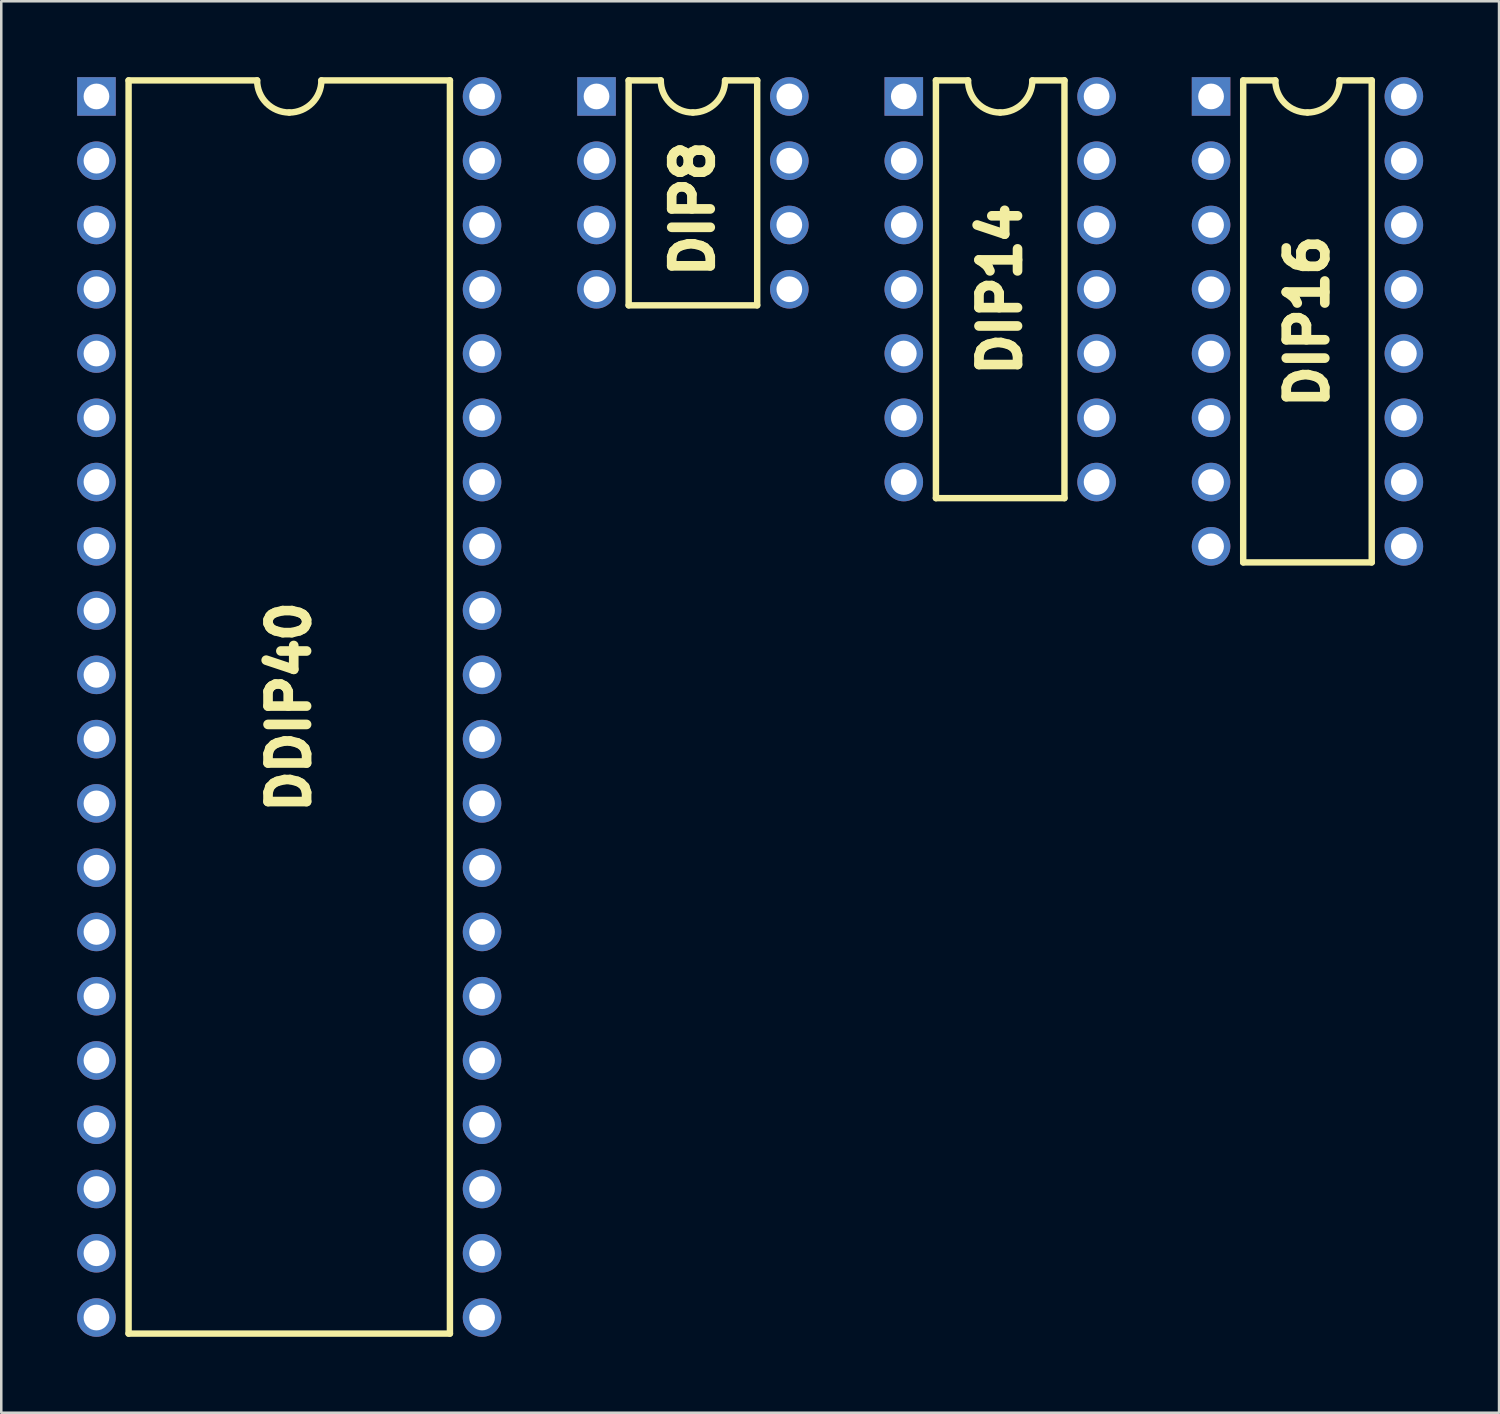
<source format=kicad_pcb>
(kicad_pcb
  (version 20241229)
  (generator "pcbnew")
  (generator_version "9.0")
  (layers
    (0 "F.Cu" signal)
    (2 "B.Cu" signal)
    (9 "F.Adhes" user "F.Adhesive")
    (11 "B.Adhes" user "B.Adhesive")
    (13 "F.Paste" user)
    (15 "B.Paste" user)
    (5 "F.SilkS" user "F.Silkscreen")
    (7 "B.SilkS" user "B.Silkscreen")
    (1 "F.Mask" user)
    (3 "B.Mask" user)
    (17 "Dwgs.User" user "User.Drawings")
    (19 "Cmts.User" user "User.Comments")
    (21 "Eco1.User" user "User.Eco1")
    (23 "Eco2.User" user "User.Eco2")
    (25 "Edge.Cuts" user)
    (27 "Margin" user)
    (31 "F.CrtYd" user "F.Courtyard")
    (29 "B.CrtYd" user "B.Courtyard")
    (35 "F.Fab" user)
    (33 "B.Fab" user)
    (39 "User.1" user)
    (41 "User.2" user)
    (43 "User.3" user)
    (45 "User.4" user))
  (footprint "DIP14"
    (layer "F.Cu")
    (at 36.48 8.382)
    (property "Reference" "DIP14" (at 0 0 90) (unlocked yes) (layer "F.SilkS") (effects (font (size 1.524 1.524) (thickness 0.381))))
    (attr through_hole)
    (fp_line (start -2.54 -8.255) (end -2.54 8.255) (stroke (width 0.254) (type solid)) (layer "F.SilkS"))
    (fp_line (start -2.54 -8.255) (end -1.27 -8.255) (stroke (width 0.254) (type solid)) (layer "F.SilkS"))
    (fp_line (start -2.54 8.255) (end 2.54 8.255) (stroke (width 0.254) (type solid)) (layer "F.SilkS"))
    (fp_line (start 2.54 -8.255) (end 1.27 -8.255) (stroke (width 0.254) (type solid)) (layer "F.SilkS"))
    (fp_line (start 2.54 8.255) (end 2.54 -8.255) (stroke (width 0.254) (type solid)) (layer "F.SilkS"))
    (fp_arc (start 0 -6.985) (mid -0.898026 -7.356974) (end -1.27 -8.255) (stroke (width 0.254) (type solid)) (layer "F.SilkS"))
    (fp_arc (start 1.27 -8.255) (mid 0.898026 -7.356974) (end 0 -6.985) (stroke (width 0.254) (type solid)) (layer "F.SilkS"))
    (pad "1" thru_hole rect (at -3.81 -7.62) (size 1.524 1.524) (drill 1.016) (layers "*.Cu" "*.Mask"))
    (pad "2" thru_hole circle (at -3.81 -5.08) (size 1.524 1.524) (drill 1.016) (layers "*.Cu" "*.Mask"))
    (pad "3" thru_hole circle (at -3.81 -2.54) (size 1.524 1.524) (drill 1.016) (layers "*.Cu" "*.Mask"))
    (pad "4" thru_hole circle (at -3.81 0) (size 1.524 1.524) (drill 1.016) (layers "*.Cu" "*.Mask"))
    (pad "5" thru_hole circle (at -3.81 2.54) (size 1.524 1.524) (drill 1.016) (layers "*.Cu" "*.Mask"))
    (pad "6" thru_hole circle (at -3.81 5.08) (size 1.524 1.524) (drill 1.016) (layers "*.Cu" "*.Mask"))
    (pad "7" thru_hole circle (at -3.81 7.62) (size 1.524 1.524) (drill 1.016) (layers "*.Cu" "*.Mask"))
    (pad "8" thru_hole circle (at 3.81 7.62) (size 1.524 1.524) (drill 1.016) (layers "*.Cu" "*.Mask"))
    (pad "9" thru_hole circle (at 3.81 5.08) (size 1.524 1.524) (drill 1.016) (layers "*.Cu" "*.Mask"))
    (pad "10" thru_hole circle (at 3.81 2.54) (size 1.524 1.524) (drill 1.016) (layers "*.Cu" "*.Mask"))
    (pad "11" thru_hole circle (at 3.81 0) (size 1.524 1.524) (drill 1.016) (layers "*.Cu" "*.Mask"))
    (pad "12" thru_hole circle (at 3.81 -2.54) (size 1.524 1.524) (drill 1.016) (layers "*.Cu" "*.Mask"))
    (pad "13" thru_hole circle (at 3.81 -5.08) (size 1.524 1.524) (drill 1.016) (layers "*.Cu" "*.Mask"))
    (pad "14" thru_hole circle (at 3.81 -7.62) (size 1.524 1.524) (drill 1.016) (layers "*.Cu" "*.Mask")))
  (footprint "DDIP40"
    (layer "F.Cu")
    (at 8.382 24.892)
    (property "Reference" "DDIP40" (at 0 0 90) (unlocked yes) (layer "F.SilkS") (effects (font (size 1.524 1.524) (thickness 0.381))))
    (attr through_hole)
    (fp_line (start -6.35 -24.765) (end -1.27 -24.765) (stroke (width 0.254) (type solid)) (layer "F.SilkS"))
    (fp_line (start -6.35 24.765) (end -6.35 -24.765) (stroke (width 0.254) (type solid)) (layer "F.SilkS"))
    (fp_line (start 1.27 -24.765) (end 6.35 -24.765) (stroke (width 0.254) (type solid)) (layer "F.SilkS"))
    (fp_line (start 6.35 -24.765) (end 6.35 24.765) (stroke (width 0.254) (type solid)) (layer "F.SilkS"))
    (fp_line (start 6.35 24.765) (end -6.35 24.765) (stroke (width 0.254) (type solid)) (layer "F.SilkS"))
    (fp_arc (start 0 -23.495) (mid -0.898026 -23.866974) (end -1.27 -24.765) (stroke (width 0.254) (type solid)) (layer "F.SilkS"))
    (fp_arc (start 1.27 -24.765) (mid 0.898026 -23.866974) (end 0 -23.495) (stroke (width 0.254) (type solid)) (layer "F.SilkS"))
    (pad "1" thru_hole rect (at -7.62 -24.13) (size 1.524 1.524) (drill 1.016) (layers "*.Cu" "*.Mask"))
    (pad "2" thru_hole circle (at -7.62 -21.59) (size 1.524 1.524) (drill 1.016) (layers "*.Cu" "*.Mask"))
    (pad "3" thru_hole circle (at -7.62 -19.05) (size 1.524 1.524) (drill 1.016) (layers "*.Cu" "*.Mask"))
    (pad "4" thru_hole circle (at -7.62 -16.51) (size 1.524 1.524) (drill 1.016) (layers "*.Cu" "*.Mask"))
    (pad "5" thru_hole circle (at -7.62 -13.97) (size 1.524 1.524) (drill 1.016) (layers "*.Cu" "*.Mask"))
    (pad "6" thru_hole circle (at -7.62 -11.43) (size 1.524 1.524) (drill 1.016) (layers "*.Cu" "*.Mask"))
    (pad "7" thru_hole circle (at -7.62 -8.89) (size 1.524 1.524) (drill 1.016) (layers "*.Cu" "*.Mask"))
    (pad "8" thru_hole circle (at -7.62 -6.35) (size 1.524 1.524) (drill 1.016) (layers "*.Cu" "*.Mask"))
    (pad "9" thru_hole circle (at -7.62 -3.81) (size 1.524 1.524) (drill 1.016) (layers "*.Cu" "*.Mask"))
    (pad "10" thru_hole circle (at -7.62 -1.27) (size 1.524 1.524) (drill 1.016) (layers "*.Cu" "*.Mask"))
    (pad "11" thru_hole circle (at -7.62 1.27) (size 1.524 1.524) (drill 1.016) (layers "*.Cu" "*.Mask"))
    (pad "12" thru_hole circle (at -7.62 3.81) (size 1.524 1.524) (drill 1.016) (layers "*.Cu" "*.Mask"))
    (pad "13" thru_hole circle (at -7.62 6.35) (size 1.524 1.524) (drill 1.016) (layers "*.Cu" "*.Mask"))
    (pad "14" thru_hole circle (at -7.62 8.89) (size 1.524 1.524) (drill 1.016) (layers "*.Cu" "*.Mask"))
    (pad "15" thru_hole circle (at -7.62 11.43) (size 1.524 1.524) (drill 1.016) (layers "*.Cu" "*.Mask"))
    (pad "16" thru_hole circle (at -7.62 13.97) (size 1.524 1.524) (drill 1.016) (layers "*.Cu" "*.Mask"))
    (pad "17" thru_hole circle (at -7.62 16.51) (size 1.524 1.524) (drill 1.016) (layers "*.Cu" "*.Mask"))
    (pad "18" thru_hole circle (at -7.62 19.05) (size 1.524 1.524) (drill 1.016) (layers "*.Cu" "*.Mask"))
    (pad "19" thru_hole circle (at -7.62 21.59) (size 1.524 1.524) (drill 1.016) (layers "*.Cu" "*.Mask"))
    (pad "20" thru_hole circle (at -7.62 24.13) (size 1.524 1.524) (drill 1.016) (layers "*.Cu" "*.Mask"))
    (pad "21" thru_hole circle (at 7.62 24.13) (size 1.524 1.524) (drill 1.016) (layers "*.Cu" "*.Mask"))
    (pad "22" thru_hole circle (at 7.62 21.59) (size 1.524 1.524) (drill 1.016) (layers "*.Cu" "*.Mask"))
    (pad "23" thru_hole circle (at 7.62 19.05) (size 1.524 1.524) (drill 1.016) (layers "*.Cu" "*.Mask"))
    (pad "24" thru_hole circle (at 7.62 16.51) (size 1.524 1.524) (drill 1.016) (layers "*.Cu" "*.Mask"))
    (pad "25" thru_hole circle (at 7.62 13.97) (size 1.524 1.524) (drill 1.016) (layers "*.Cu" "*.Mask"))
    (pad "26" thru_hole circle (at 7.62 11.43) (size 1.524 1.524) (drill 1.016) (layers "*.Cu" "*.Mask"))
    (pad "27" thru_hole circle (at 7.62 8.89) (size 1.524 1.524) (drill 1.016) (layers "*.Cu" "*.Mask"))
    (pad "28" thru_hole circle (at 7.62 6.35) (size 1.524 1.524) (drill 1.016) (layers "*.Cu" "*.Mask"))
    (pad "29" thru_hole circle (at 7.62 3.81) (size 1.524 1.524) (drill 1.016) (layers "*.Cu" "*.Mask"))
    (pad "30" thru_hole circle (at 7.62 1.27) (size 1.524 1.524) (drill 1.016) (layers "*.Cu" "*.Mask"))
    (pad "31" thru_hole circle (at 7.62 -1.27) (size 1.524 1.524) (drill 1.016) (layers "*.Cu" "*.Mask"))
    (pad "32" thru_hole circle (at 7.62 -3.81) (size 1.524 1.524) (drill 1.016) (layers "*.Cu" "*.Mask"))
    (pad "33" thru_hole circle (at 7.62 -6.35) (size 1.524 1.524) (drill 1.016) (layers "*.Cu" "*.Mask"))
    (pad "34" thru_hole circle (at 7.62 -8.89) (size 1.524 1.524) (drill 1.016) (layers "*.Cu" "*.Mask"))
    (pad "35" thru_hole circle (at 7.62 -11.43) (size 1.524 1.524) (drill 1.016) (layers "*.Cu" "*.Mask"))
    (pad "36" thru_hole circle (at 7.62 -13.97) (size 1.524 1.524) (drill 1.016) (layers "*.Cu" "*.Mask"))
    (pad "37" thru_hole circle (at 7.62 -16.51) (size 1.524 1.524) (drill 1.016) (layers "*.Cu" "*.Mask"))
    (pad "38" thru_hole circle (at 7.62 -19.05) (size 1.524 1.524) (drill 1.016) (layers "*.Cu" "*.Mask"))
    (pad "39" thru_hole circle (at 7.62 -21.59) (size 1.524 1.524) (drill 1.016) (layers "*.Cu" "*.Mask"))
    (pad "40" thru_hole circle (at 7.62 -24.13) (size 1.524 1.524) (drill 1.016) (layers "*.Cu" "*.Mask")))
  (footprint "DIP16"
    (layer "F.Cu")
    (at 48.624 9.652)
    (property "Reference" "DIP16" (at 0 0 90) (unlocked yes) (layer "F.SilkS") (effects (font (size 1.524 1.524) (thickness 0.381))))
    (attr through_hole)
    (fp_line (start -2.54 -9.525) (end -2.54 9.525) (stroke (width 0.254) (type solid)) (layer "F.SilkS"))
    (fp_line (start -2.54 -9.525) (end -1.27 -9.525) (stroke (width 0.254) (type solid)) (layer "F.SilkS"))
    (fp_line (start -2.54 9.525) (end 2.54 9.525) (stroke (width 0.254) (type solid)) (layer "F.SilkS"))
    (fp_line (start 2.54 -9.525) (end 1.27 -9.525) (stroke (width 0.254) (type solid)) (layer "F.SilkS"))
    (fp_line (start 2.54 9.525) (end 2.54 -9.525) (stroke (width 0.254) (type solid)) (layer "F.SilkS"))
    (fp_arc (start 0 -8.255) (mid -0.898026 -8.626974) (end -1.27 -9.525) (stroke (width 0.254) (type solid)) (layer "F.SilkS"))
    (fp_arc (start 1.27 -9.525) (mid 0.898026 -8.626974) (end 0 -8.255) (stroke (width 0.254) (type solid)) (layer "F.SilkS"))
    (pad "1" thru_hole rect (at -3.81 -8.89) (size 1.524 1.524) (drill 1.016) (layers "*.Cu" "*.Mask"))
    (pad "2" thru_hole circle (at -3.81 -6.35) (size 1.524 1.524) (drill 1.016) (layers "*.Cu" "*.Mask"))
    (pad "3" thru_hole circle (at -3.81 -3.81) (size 1.524 1.524) (drill 1.016) (layers "*.Cu" "*.Mask"))
    (pad "4" thru_hole circle (at -3.81 -1.27) (size 1.524 1.524) (drill 1.016) (layers "*.Cu" "*.Mask"))
    (pad "5" thru_hole circle (at -3.81 1.27) (size 1.524 1.524) (drill 1.016) (layers "*.Cu" "*.Mask"))
    (pad "6" thru_hole circle (at -3.81 3.81) (size 1.524 1.524) (drill 1.016) (layers "*.Cu" "*.Mask"))
    (pad "7" thru_hole circle (at -3.81 6.35) (size 1.524 1.524) (drill 1.016) (layers "*.Cu" "*.Mask"))
    (pad "8" thru_hole circle (at -3.81 8.89) (size 1.524 1.524) (drill 1.016) (layers "*.Cu" "*.Mask"))
    (pad "9" thru_hole circle (at 3.81 8.89) (size 1.524 1.524) (drill 1.016) (layers "*.Cu" "*.Mask"))
    (pad "10" thru_hole circle (at 3.81 6.35) (size 1.524 1.524) (drill 1.016) (layers "*.Cu" "*.Mask"))
    (pad "11" thru_hole circle (at 3.81 3.81) (size 1.524 1.524) (drill 1.016) (layers "*.Cu" "*.Mask"))
    (pad "12" thru_hole circle (at 3.81 1.27) (size 1.524 1.524) (drill 1.016) (layers "*.Cu" "*.Mask"))
    (pad "13" thru_hole circle (at 3.81 -1.27) (size 1.524 1.524) (drill 1.016) (layers "*.Cu" "*.Mask"))
    (pad "14" thru_hole circle (at 3.81 -3.81) (size 1.524 1.524) (drill 1.016) (layers "*.Cu" "*.Mask"))
    (pad "15" thru_hole circle (at 3.81 -6.35) (size 1.524 1.524) (drill 1.016) (layers "*.Cu" "*.Mask"))
    (pad "16" thru_hole circle (at 3.81 -8.89) (size 1.524 1.524) (drill 1.016) (layers "*.Cu" "*.Mask")))
  (footprint "DIP8"
    (layer "F.Cu")
    (at 24.336 4.572)
    (property "Reference" "DIP8" (at 0 0.635 90) (unlocked yes) (layer "F.SilkS") (effects (font (size 1.524 1.524) (thickness 0.381))))
    (attr through_hole)
    (fp_line (start -2.54 -4.445) (end -2.54 4.445) (stroke (width 0.254) (type solid)) (layer "F.SilkS"))
    (fp_line (start -2.54 4.445) (end 2.54 4.445) (stroke (width 0.254) (type solid)) (layer "F.SilkS"))
    (fp_line (start -1.27 -4.445) (end -2.54 -4.445) (stroke (width 0.254) (type solid)) (layer "F.SilkS"))
    (fp_line (start 2.54 -4.445) (end 1.27 -4.445) (stroke (width 0.254) (type solid)) (layer "F.SilkS"))
    (fp_line (start 2.54 4.445) (end 2.54 -4.445) (stroke (width 0.254) (type solid)) (layer "F.SilkS"))
    (fp_arc (start 0 -3.175) (mid -0.898026 -3.546974) (end -1.27 -4.445) (stroke (width 0.254) (type solid)) (layer "F.SilkS"))
    (fp_arc (start 1.27 -4.445) (mid 0.898026 -3.546974) (end 0 -3.175) (stroke (width 0.254) (type solid)) (layer "F.SilkS"))
    (pad "1" thru_hole rect (at -3.81 -3.81) (size 1.524 1.524) (drill 1.016) (layers "*.Cu" "*.Mask"))
    (pad "2" thru_hole circle (at -3.81 -1.27) (size 1.524 1.524) (drill 1.016) (layers "*.Cu" "*.Mask"))
    (pad "3" thru_hole circle (at -3.81 1.27) (size 1.524 1.524) (drill 1.016) (layers "*.Cu" "*.Mask"))
    (pad "4" thru_hole circle (at -3.81 3.81) (size 1.524 1.524) (drill 1.016) (layers "*.Cu" "*.Mask"))
    (pad "5" thru_hole circle (at 3.81 3.81) (size 1.524 1.524) (drill 1.016) (layers "*.Cu" "*.Mask"))
    (pad "6" thru_hole circle (at 3.81 1.27) (size 1.524 1.524) (drill 1.016) (layers "*.Cu" "*.Mask"))
    (pad "7" thru_hole circle (at 3.81 -1.27) (size 1.524 1.524) (drill 1.016) (layers "*.Cu" "*.Mask"))
    (pad "8" thru_hole circle (at 3.81 -3.81) (size 1.524 1.524) (drill 1.016) (layers "*.Cu" "*.Mask")))
  (gr_rect
    (start -3 -3)
    (end 56.196 52.784)
    (stroke (width 0.1) (type default))
    (fill no)
    (layer "Edge.Cuts")))
</source>
